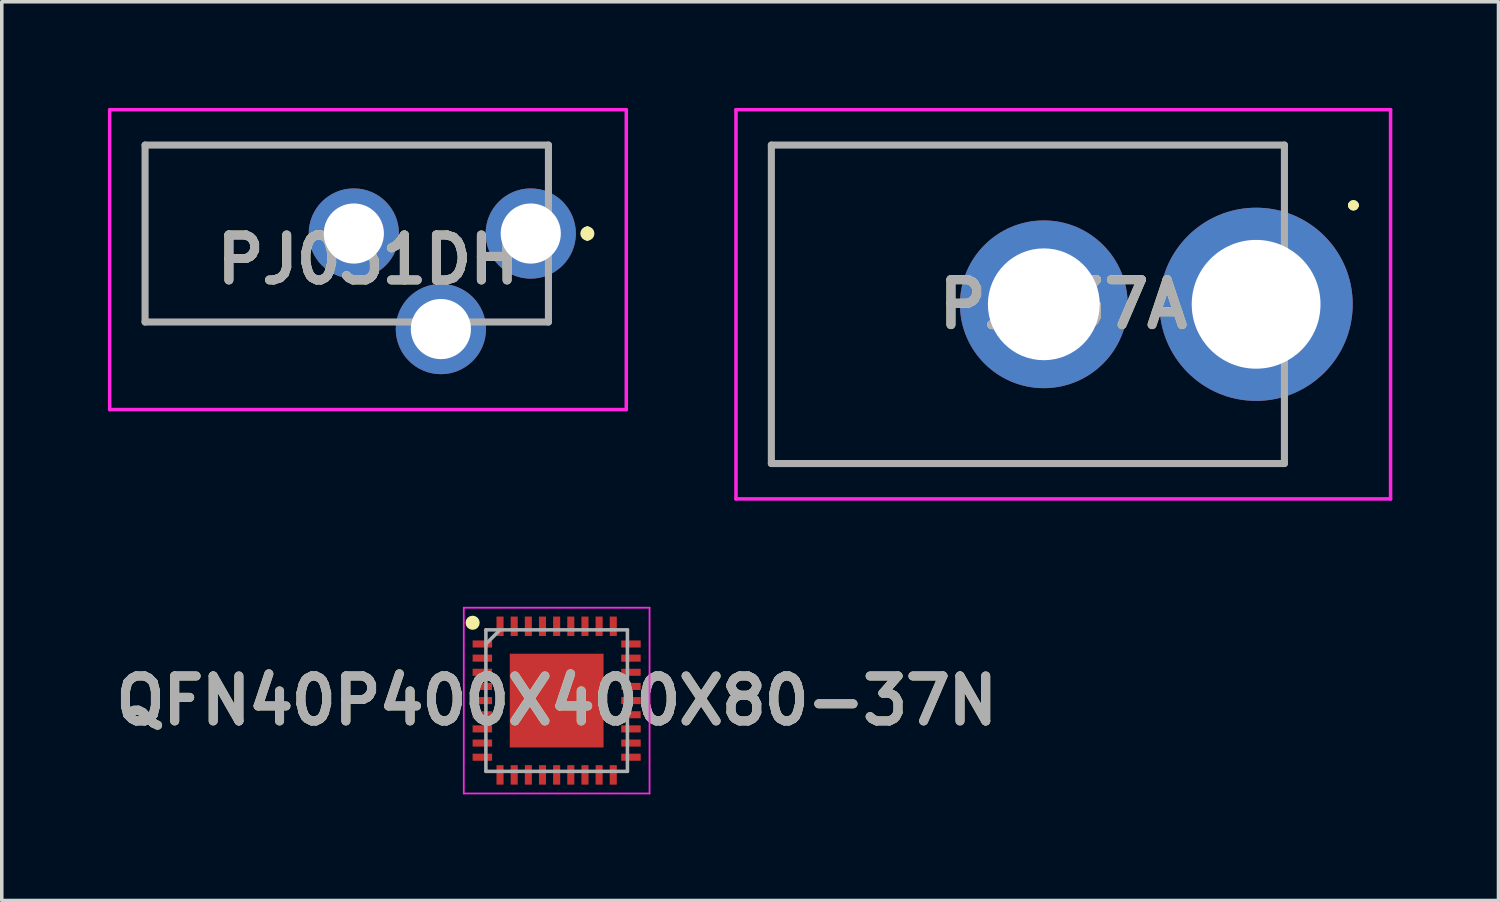
<source format=kicad_pcb>
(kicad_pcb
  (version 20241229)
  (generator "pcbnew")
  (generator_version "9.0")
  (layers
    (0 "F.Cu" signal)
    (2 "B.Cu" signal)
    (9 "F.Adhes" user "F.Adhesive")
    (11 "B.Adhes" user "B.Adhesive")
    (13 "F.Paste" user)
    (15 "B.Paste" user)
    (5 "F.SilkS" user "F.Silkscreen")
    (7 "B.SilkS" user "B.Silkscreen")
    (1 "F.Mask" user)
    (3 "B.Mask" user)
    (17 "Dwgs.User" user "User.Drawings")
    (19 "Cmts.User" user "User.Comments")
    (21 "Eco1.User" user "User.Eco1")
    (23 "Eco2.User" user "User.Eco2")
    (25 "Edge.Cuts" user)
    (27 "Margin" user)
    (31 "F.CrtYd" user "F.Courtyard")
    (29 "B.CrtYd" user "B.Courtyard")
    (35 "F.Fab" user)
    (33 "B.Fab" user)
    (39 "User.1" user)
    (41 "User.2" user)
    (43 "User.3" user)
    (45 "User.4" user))
  (footprint "PJ037A"
    (layer "F.Cu")
    (at 32.45 5.55)
    (property "Reference" "PJ037A" (at -5.45 0 0) (layer "F.SilkS") (effects (font (size 1.27 1.27) (thickness 0.254))))
    (attr through_hole)
    (fp_line (start -13.7 -4.5) (end -13.7 -4.5) (stroke (width 0.1) (type solid)) (layer "F.SilkS"))
    (fp_line (start -13.7 -4.5) (end -13.7 -4.5) (stroke (width 0.1) (type solid)) (layer "F.SilkS"))
    (fp_line (start -13.7 -4.5) (end -13.7 4.5) (stroke (width 0.1) (type solid)) (layer "F.SilkS"))
    (fp_line (start -13.7 -4.5) (end 0.8 -4.5) (stroke (width 0.1) (type solid)) (layer "F.SilkS"))
    (fp_line (start -13.7 4.5) (end -13.7 -4.5) (stroke (width 0.1) (type solid)) (layer "F.SilkS"))
    (fp_line (start -13.7 4.5) (end -13.7 4.5) (stroke (width 0.1) (type solid)) (layer "F.SilkS"))
    (fp_line (start -13.7 4.5) (end -13.7 4.5) (stroke (width 0.1) (type solid)) (layer "F.SilkS"))
    (fp_line (start -13.7 4.5) (end 0.8 4.5) (stroke (width 0.1) (type solid)) (layer "F.SilkS"))
    (fp_line (start 0.8 -4.5) (end -13.7 -4.5) (stroke (width 0.1) (type solid)) (layer "F.SilkS"))
    (fp_line (start 0.8 -4.5) (end 0.8 -4.5) (stroke (width 0.1) (type solid)) (layer "F.SilkS"))
    (fp_line (start 0.8 -4.5) (end 0.8 -4.5) (stroke (width 0.1) (type solid)) (layer "F.SilkS"))
    (fp_line (start 0.8 -4.5) (end 0.8 -3.25) (stroke (width 0.1) (type solid)) (layer "F.SilkS"))
    (fp_line (start 0.8 -3.25) (end 0.8 -4.5) (stroke (width 0.1) (type solid)) (layer "F.SilkS"))
    (fp_line (start 0.8 -3.25) (end 0.8 -3.25) (stroke (width 0.1) (type solid)) (layer "F.SilkS"))
    (fp_line (start 0.8 3.5) (end 0.8 3.5) (stroke (width 0.1) (type solid)) (layer "F.SilkS"))
    (fp_line (start 0.8 3.5) (end 0.8 4.5) (stroke (width 0.1) (type solid)) (layer "F.SilkS"))
    (fp_line (start 0.8 4.5) (end -13.7 4.5) (stroke (width 0.1) (type solid)) (layer "F.SilkS"))
    (fp_line (start 0.8 4.5) (end 0.8 3.5) (stroke (width 0.1) (type solid)) (layer "F.SilkS"))
    (fp_line (start 0.8 4.5) (end 0.8 4.5) (stroke (width 0.1) (type solid)) (layer "F.SilkS"))
    (fp_line (start 0.8 4.5) (end 0.8 4.5) (stroke (width 0.1) (type solid)) (layer "F.SilkS"))
    (fp_line (start 2.7 -2.8) (end 2.7 -2.8) (stroke (width 0.2) (type solid)) (layer "F.SilkS"))
    (fp_line (start 2.7 -2.8) (end 2.7 -2.8) (stroke (width 0.2) (type solid)) (layer "F.SilkS"))
    (fp_line (start 2.8 -2.8) (end 2.8 -2.8) (stroke (width 0.2) (type solid)) (layer "F.SilkS"))
    (fp_arc (start 2.7 -2.8) (mid 2.75 -2.85) (end 2.8 -2.8) (stroke (width 0.2) (type solid)) (layer "F.SilkS"))
    (fp_arc (start 2.8 -2.8) (mid 2.75 -2.75) (end 2.7 -2.8) (stroke (width 0.2) (type solid)) (layer "F.SilkS"))
    (fp_arc (start 2.8 -2.8) (mid 2.75 -2.75) (end 2.7 -2.8) (stroke (width 0.2) (type solid)) (layer "F.SilkS"))
    (fp_line (start -14.7 -5.5) (end 3.8 -5.5) (stroke (width 0.1) (type solid)) (layer "F.CrtYd"))
    (fp_line (start -14.7 5.5) (end -14.7 -5.5) (stroke (width 0.1) (type solid)) (layer "F.CrtYd"))
    (fp_line (start 3.8 -5.5) (end 3.8 5.5) (stroke (width 0.1) (type solid)) (layer "F.CrtYd"))
    (fp_line (start 3.8 5.5) (end -14.7 5.5) (stroke (width 0.1) (type solid)) (layer "F.CrtYd"))
    (fp_line (start -13.7 -4.5) (end -13.7 4.5) (stroke (width 0.2) (type solid)) (layer "F.Fab"))
    (fp_line (start -13.7 4.5) (end 0.8 4.5) (stroke (width 0.2) (type solid)) (layer "F.Fab"))
    (fp_line (start 0.8 -4.5) (end -13.7 -4.5) (stroke (width 0.2) (type solid)) (layer "F.Fab"))
    (fp_line (start 0.8 4.5) (end 0.8 -4.5) (stroke (width 0.2) (type solid)) (layer "F.Fab"))
    (fp_text user "${REFERENCE}" (at -5.45 0 0) (layer "F.Fab") (effects (font (size 1.27 1.27) (thickness 0.254))))
    (pad "1" thru_hole circle (at 0 0) (size 5.46 5.46) (drill 3.64) (layers "*.Cu" "*.Mask"))
    (pad "2" thru_hole circle (at -6 0) (size 4.74 4.74) (drill 3.16) (layers "*.Cu" "*.Mask")))
  (footprint "PJ031DH"
    (layer "F.Cu")
    (at 12.45 3.55)
    (property "Reference" "PJ031DH" (at -5.1 0.737 0) (layer "F.SilkS") (effects (font (size 1.27 1.27) (thickness 0.254))))
    (attr through_hole)
    (fp_line (start -11.4 -2.5) (end -11.4 2.5) (stroke (width 0.1) (type solid)) (layer "F.SilkS"))
    (fp_line (start -11.4 2.5) (end -4.5 2.5) (stroke (width 0.1) (type solid)) (layer "F.SilkS"))
    (fp_line (start -1.5 2.5) (end 0 2.5) (stroke (width 0.1) (type solid)) (layer "F.SilkS"))
    (fp_line (start 0 -2.5) (end -11.4 -2.5) (stroke (width 0.1) (type solid)) (layer "F.SilkS"))
    (fp_line (start 0 -1.5) (end 0 -2.5) (stroke (width 0.1) (type solid)) (layer "F.SilkS"))
    (fp_line (start 0 2.5) (end 0 1.5) (stroke (width 0.1) (type solid)) (layer "F.SilkS"))
    (fp_line (start 1.1 -0.1) (end 1.1 -0.1) (stroke (width 0.2) (type solid)) (layer "F.SilkS"))
    (fp_line (start 1.1 0.1) (end 1.1 0.1) (stroke (width 0.2) (type solid)) (layer "F.SilkS"))
    (fp_arc (start 1.1 -0.1) (mid 1.2 0) (end 1.1 0.1) (stroke (width 0.2) (type solid)) (layer "F.SilkS"))
    (fp_arc (start 1.1 0.1) (mid 1 0) (end 1.1 -0.1) (stroke (width 0.2) (type solid)) (layer "F.SilkS"))
    (fp_line (start -12.4 -3.5) (end 2.2 -3.5) (stroke (width 0.1) (type solid)) (layer "F.CrtYd"))
    (fp_line (start -12.4 4.975) (end -12.4 -3.5) (stroke (width 0.1) (type solid)) (layer "F.CrtYd"))
    (fp_line (start 2.2 -3.5) (end 2.2 4.975) (stroke (width 0.1) (type solid)) (layer "F.CrtYd"))
    (fp_line (start 2.2 4.975) (end -12.4 4.975) (stroke (width 0.1) (type solid)) (layer "F.CrtYd"))
    (fp_line (start -11.4 -2.5) (end 0 -2.5) (stroke (width 0.2) (type solid)) (layer "F.Fab"))
    (fp_line (start -11.4 2.5) (end -11.4 -2.5) (stroke (width 0.2) (type solid)) (layer "F.Fab"))
    (fp_line (start 0 -2.5) (end 0 2.5) (stroke (width 0.2) (type solid)) (layer "F.Fab"))
    (fp_line (start 0 2.5) (end -11.4 2.5) (stroke (width 0.2) (type solid)) (layer "F.Fab"))
    (fp_text user "${REFERENCE}" (at -5.1 0.737 0) (layer "F.Fab") (effects (font (size 1.27 1.27) (thickness 0.254))))
    (pad "1" thru_hole circle (at -0.5 0) (size 2.55 2.55) (drill 1.7) (layers "*.Cu" "*.Mask"))
    (pad "2" thru_hole circle (at -5.5 0) (size 2.55 2.55) (drill 1.7) (layers "*.Cu" "*.Mask"))
    (pad "3" thru_hole circle (at -3.04 2.7) (size 2.55 2.55) (drill 1.7) (layers "*.Cu" "*.Mask")))
  (footprint "QFN40P400X400X80-37N"
    (layer "F.Cu")
    (at 12.682 16.75)
    (property "Reference" "QFN40P400X400X80-37N" (at 0 0 0) (layer "F.SilkS") (effects (font (size 1.27 1.27) (thickness 0.254))))
    (attr smd)
    (fp_circle (center -2.375 -2.2) (end -2.375 -2.1) (stroke (width 0.2) (type solid)) (fill no) (layer "F.SilkS"))
    (fp_line (start -2.625 -2.625) (end 2.625 -2.625) (stroke (width 0.05) (type solid)) (layer "F.CrtYd"))
    (fp_line (start -2.625 2.625) (end -2.625 -2.625) (stroke (width 0.05) (type solid)) (layer "F.CrtYd"))
    (fp_line (start 2.625 -2.625) (end 2.625 2.625) (stroke (width 0.05) (type solid)) (layer "F.CrtYd"))
    (fp_line (start 2.625 2.625) (end -2.625 2.625) (stroke (width 0.05) (type solid)) (layer "F.CrtYd"))
    (fp_line (start -2 -2) (end 2 -2) (stroke (width 0.1) (type solid)) (layer "F.Fab"))
    (fp_line (start -2 -1.6) (end -1.6 -2) (stroke (width 0.1) (type solid)) (layer "F.Fab"))
    (fp_line (start -2 2) (end -2 -2) (stroke (width 0.1) (type solid)) (layer "F.Fab"))
    (fp_line (start 2 -2) (end 2 2) (stroke (width 0.1) (type solid)) (layer "F.Fab"))
    (fp_line (start 2 2) (end -2 2) (stroke (width 0.1) (type solid)) (layer "F.Fab"))
    (fp_text user "${REFERENCE}" (at 0 0 0) (layer "F.Fab") (effects (font (size 1.27 1.27) (thickness 0.254))))
    (pad "1" smd rect (at -2.1 -1.6 90) (size 0.2 0.55) (layers "F.Cu" "F.Mask" "F.Paste"))
    (pad "2" smd rect (at -2.1 -1.2 90) (size 0.2 0.55) (layers "F.Cu" "F.Mask" "F.Paste"))
    (pad "3" smd rect (at -2.1 -0.8 90) (size 0.2 0.55) (layers "F.Cu" "F.Mask" "F.Paste"))
    (pad "4" smd rect (at -2.1 -0.4 90) (size 0.2 0.55) (layers "F.Cu" "F.Mask" "F.Paste"))
    (pad "5" smd rect (at -2.1 0 90) (size 0.2 0.55) (layers "F.Cu" "F.Mask" "F.Paste"))
    (pad "6" smd rect (at -2.1 0.4 90) (size 0.2 0.55) (layers "F.Cu" "F.Mask" "F.Paste"))
    (pad "7" smd rect (at -2.1 0.8 90) (size 0.2 0.55) (layers "F.Cu" "F.Mask" "F.Paste"))
    (pad "8" smd rect (at -2.1 1.2 90) (size 0.2 0.55) (layers "F.Cu" "F.Mask" "F.Paste"))
    (pad "9" smd rect (at -2.1 1.6 90) (size 0.2 0.55) (layers "F.Cu" "F.Mask" "F.Paste"))
    (pad "10" smd rect (at -1.6 2.1) (size 0.2 0.55) (layers "F.Cu" "F.Mask" "F.Paste"))
    (pad "11" smd rect (at -1.2 2.1) (size 0.2 0.55) (layers "F.Cu" "F.Mask" "F.Paste"))
    (pad "12" smd rect (at -0.8 2.1) (size 0.2 0.55) (layers "F.Cu" "F.Mask" "F.Paste"))
    (pad "13" smd rect (at -0.4 2.1) (size 0.2 0.55) (layers "F.Cu" "F.Mask" "F.Paste"))
    (pad "14" smd rect (at 0 2.1) (size 0.2 0.55) (layers "F.Cu" "F.Mask" "F.Paste"))
    (pad "15" smd rect (at 0.4 2.1) (size 0.2 0.55) (layers "F.Cu" "F.Mask" "F.Paste"))
    (pad "16" smd rect (at 0.8 2.1) (size 0.2 0.55) (layers "F.Cu" "F.Mask" "F.Paste"))
    (pad "17" smd rect (at 1.2 2.1) (size 0.2 0.55) (layers "F.Cu" "F.Mask" "F.Paste"))
    (pad "18" smd rect (at 1.6 2.1) (size 0.2 0.55) (layers "F.Cu" "F.Mask" "F.Paste"))
    (pad "19" smd rect (at 2.1 1.6 90) (size 0.2 0.55) (layers "F.Cu" "F.Mask" "F.Paste"))
    (pad "20" smd rect (at 2.1 1.2 90) (size 0.2 0.55) (layers "F.Cu" "F.Mask" "F.Paste"))
    (pad "21" smd rect (at 2.1 0.8 90) (size 0.2 0.55) (layers "F.Cu" "F.Mask" "F.Paste"))
    (pad "22" smd rect (at 2.1 0.4 90) (size 0.2 0.55) (layers "F.Cu" "F.Mask" "F.Paste"))
    (pad "23" smd rect (at 2.1 0 90) (size 0.2 0.55) (layers "F.Cu" "F.Mask" "F.Paste"))
    (pad "24" smd rect (at 2.1 -0.4 90) (size 0.2 0.55) (layers "F.Cu" "F.Mask" "F.Paste"))
    (pad "25" smd rect (at 2.1 -0.8 90) (size 0.2 0.55) (layers "F.Cu" "F.Mask" "F.Paste"))
    (pad "26" smd rect (at 2.1 -1.2 90) (size 0.2 0.55) (layers "F.Cu" "F.Mask" "F.Paste"))
    (pad "27" smd rect (at 2.1 -1.6 90) (size 0.2 0.55) (layers "F.Cu" "F.Mask" "F.Paste"))
    (pad "28" smd rect (at 1.6 -2.1) (size 0.2 0.55) (layers "F.Cu" "F.Mask" "F.Paste"))
    (pad "29" smd rect (at 1.2 -2.1) (size 0.2 0.55) (layers "F.Cu" "F.Mask" "F.Paste"))
    (pad "30" smd rect (at 0.8 -2.1) (size 0.2 0.55) (layers "F.Cu" "F.Mask" "F.Paste"))
    (pad "31" smd rect (at 0.4 -2.1) (size 0.2 0.55) (layers "F.Cu" "F.Mask" "F.Paste"))
    (pad "32" smd rect (at 0 -2.1) (size 0.2 0.55) (layers "F.Cu" "F.Mask" "F.Paste"))
    (pad "33" smd rect (at -0.4 -2.1) (size 0.2 0.55) (layers "F.Cu" "F.Mask" "F.Paste"))
    (pad "34" smd rect (at -0.8 -2.1) (size 0.2 0.55) (layers "F.Cu" "F.Mask" "F.Paste"))
    (pad "35" smd rect (at -1.2 -2.1) (size 0.2 0.55) (layers "F.Cu" "F.Mask" "F.Paste"))
    (pad "36" smd rect (at -1.6 -2.1) (size 0.2 0.55) (layers "F.Cu" "F.Mask" "F.Paste"))
    (pad "37" smd rect (at 0 0) (size 2.65 2.65) (layers "F.Cu" "F.Mask" "F.Paste")))
  (gr_rect
    (start -3 -3)
    (end 39.3 22.4)
    (stroke (width 0.1) (type default))
    (fill no)
    (layer "Edge.Cuts")))
</source>
